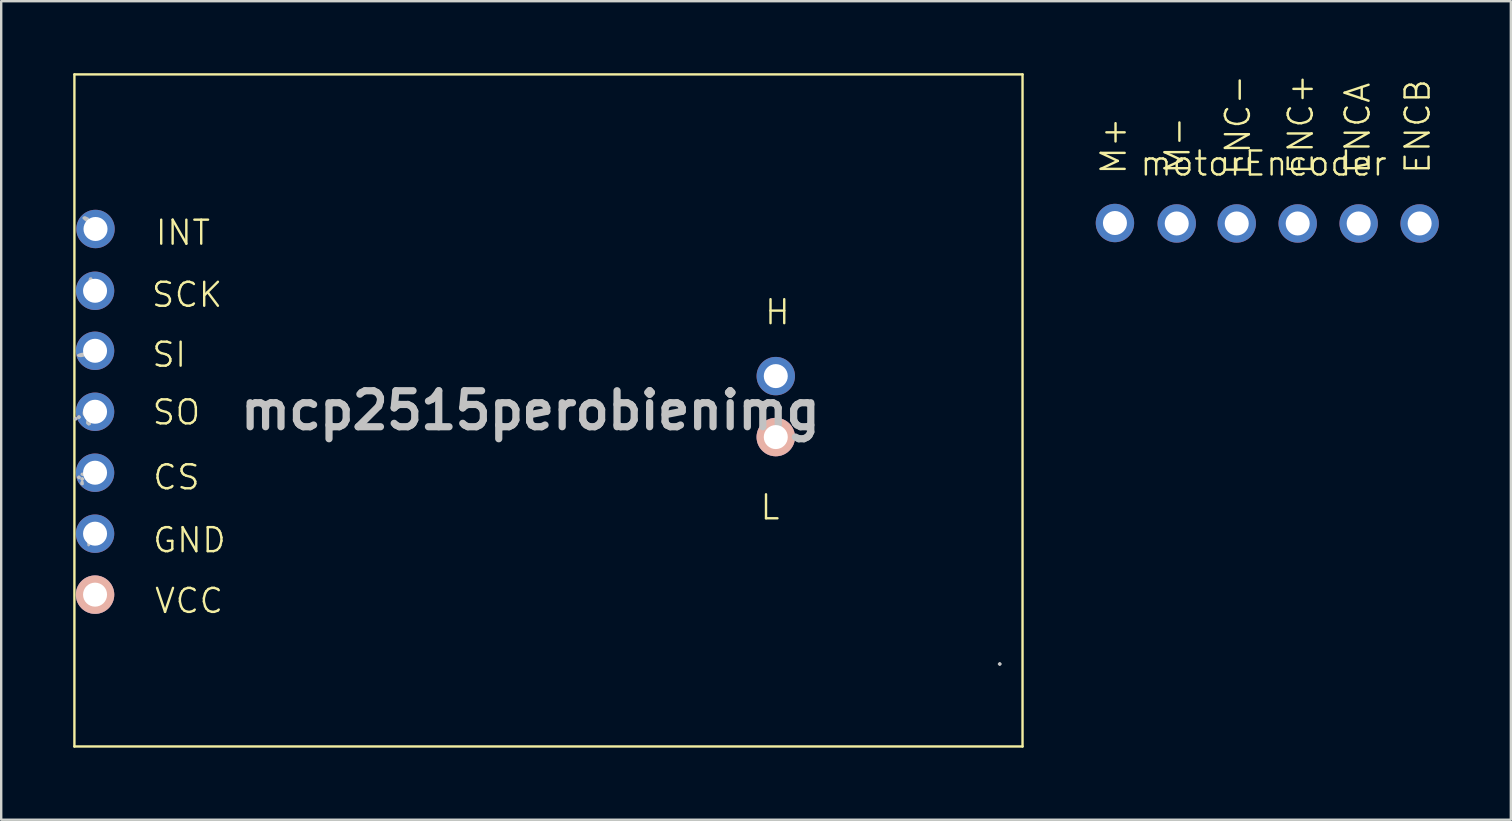
<source format=kicad_pcb>
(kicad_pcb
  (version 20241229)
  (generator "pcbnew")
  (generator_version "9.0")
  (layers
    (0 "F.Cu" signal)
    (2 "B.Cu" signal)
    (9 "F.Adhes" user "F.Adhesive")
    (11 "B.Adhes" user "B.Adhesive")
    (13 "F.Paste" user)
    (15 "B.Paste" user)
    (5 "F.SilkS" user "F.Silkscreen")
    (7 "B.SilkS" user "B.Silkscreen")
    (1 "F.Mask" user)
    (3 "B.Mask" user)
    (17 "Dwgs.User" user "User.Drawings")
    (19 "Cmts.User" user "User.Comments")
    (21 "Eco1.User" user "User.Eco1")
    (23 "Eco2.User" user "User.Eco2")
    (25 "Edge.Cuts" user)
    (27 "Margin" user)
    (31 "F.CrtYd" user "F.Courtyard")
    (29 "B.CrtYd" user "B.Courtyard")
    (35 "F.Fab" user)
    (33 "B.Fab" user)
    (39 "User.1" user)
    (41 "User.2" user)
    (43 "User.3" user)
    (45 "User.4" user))
  (footprint "mcp2515perobienimg"
    (layer "F.Cu")
    (at 19.05 14.05)
    (property "Reference" "mcp2515perobienimg" (at 0 0 0) (layer "Dwgs.User") (effects (font (size 1.5 1.5) (thickness 0.3))))
    (attr board_only exclude_from_pos_files exclude_from_bom)
    (fp_line (start -19 -14) (end 20.5 -14) (stroke (width 0.1) (type default)) (layer "F.SilkS"))
    (fp_line (start -19 14) (end -19 -14) (stroke (width 0.1) (type default)) (layer "F.SilkS"))
    (fp_line (start 20.5 -14) (end 20.5 14) (stroke (width 0.1) (type default)) (layer "F.SilkS"))
    (fp_line (start 20.5 14) (end -19 14) (stroke (width 0.1) (type default)) (layer "F.SilkS"))
    (fp_poly (pts (xy -18.912 0.344) (xy -18.946 0.378) (xy -18.98 0.344) (xy -18.946 0.31)) (stroke (width 0.1) (type solid)) (fill no) (layer "Dwgs.User"))
    (fp_poly (pts (xy -18.777 0.276) (xy -18.811 0.31) (xy -18.845 0.276) (xy -18.811 0.242)) (stroke (width 0.1) (type solid)) (fill no) (layer "Dwgs.User"))
    (fp_poly (pts (xy -18.777 2.789) (xy -18.811 2.823) (xy -18.845 2.789) (xy -18.811 2.755)) (stroke (width 0.1) (type solid)) (fill no) (layer "Dwgs.User"))
    (fp_poly (pts (xy -18.641 2.857) (xy -18.675 2.891) (xy -18.709 2.857) (xy -18.675 2.823)) (stroke (width 0.1) (type solid)) (fill no) (layer "Dwgs.User"))
    (fp_poly (pts (xy -18.505 -5.021) (xy -18.539 -4.987) (xy -18.573 -5.021) (xy -18.539 -5.055)) (stroke (width 0.1) (type solid)) (fill no) (layer "Dwgs.User"))
    (fp_poly (pts (xy -18.437 -7.602) (xy -18.471 -7.568) (xy -18.505 -7.602) (xy -18.471 -7.636)) (stroke (width 0.1) (type solid)) (fill no) (layer "Dwgs.User"))
    (fp_poly (pts (xy -18.301 -7.466) (xy -18.335 -7.432) (xy -18.369 -7.466) (xy -18.335 -7.5)) (stroke (width 0.1) (type solid)) (fill no) (layer "Dwgs.User"))
    (fp_poly (pts (xy -18.301 -4.885) (xy -18.335 -4.851) (xy -18.369 -4.885) (xy -18.335 -4.919)) (stroke (width 0.1) (type solid)) (fill no) (layer "Dwgs.User"))
    (fp_poly (pts (xy 19.584 10.563) (xy 19.551 10.596) (xy 19.518 10.563) (xy 19.551 10.53)) (stroke (width 0.1) (type solid)) (fill no) (layer "Dwgs.User"))
    (fp_poly (pts (xy -18.663 2.982) (xy -18.655 3.062) (xy -18.663 3.072) (xy -18.704 3.063) (xy -18.709 3.027) (xy -18.684 2.971)) (stroke (width 0.1) (type solid)) (fill no) (layer "Dwgs.User"))
    (fp_poly (pts (xy -18.595 2.642) (xy -18.605 2.682) (xy -18.641 2.687) (xy -18.697 2.662) (xy -18.686 2.642) (xy -18.605 2.634)) (stroke (width 0.1) (type solid)) (fill no) (layer "Dwgs.User"))
    (fp_poly (pts (xy -18.324 -2.491) (xy -18.315 -2.352) (xy -18.324 -2.321) (xy -18.349 -2.313) (xy -18.358 -2.406) (xy -18.348 -2.503)) (stroke (width 0.1) (type solid)) (fill no) (layer "Dwgs.User"))
    (fp_poly (pts (xy -18.324 -5.168) (xy -18.316 -5.088) (xy -18.324 -5.078) (xy -18.364 -5.087) (xy -18.369 -5.123) (xy -18.344 -5.179)) (stroke (width 0.1) (type solid)) (fill no) (layer "Dwgs.User"))
    (fp_poly (pts (xy -18.324 -0.007) (xy -18.316 0.074) (xy -18.324 0.084) (xy -18.364 0.075) (xy -18.369 0.039) (xy -18.344 -0.017)) (stroke (width 0.1) (type solid)) (fill no) (layer "Dwgs.User"))
    (fp_poly (pts (xy -18.512 0.022) (xy -18.513 0.124) (xy -18.558 0.199) (xy -18.601 0.172) (xy -18.612 0.102) (xy -18.588 -0.006) (xy -18.558 -0.029)) (stroke (width 0.1) (type solid)) (fill no) (layer "Dwgs.User"))
    (fp_poly (pts (xy -18.37 -2.773) (xy -18.361 -2.764) (xy -18.307 -2.675) (xy -18.314 -2.642) (xy -18.365 -2.663) (xy -18.399 -2.726) (xy -18.419 -2.805)) (stroke (width 0.1) (type solid)) (fill no) (layer "Dwgs.User"))
    (fp_poly (pts (xy -18.267 -5.41) (xy -18.277 -5.358) (xy -18.331 -5.266) (xy -18.363 -5.305) (xy -18.369 -5.399) (xy -18.344 -5.493) (xy -18.304 -5.498)) (stroke (width 0.1) (type solid)) (fill no) (layer "Dwgs.User"))
    (fp_poly (pts (xy -18.545 -2.329) (xy -18.62 -2.288) (xy -18.738 -2.269) (xy -18.83 -2.279) (xy -18.845 -2.296) (xy -18.787 -2.327) (xy -18.677 -2.355) (xy -18.565 -2.359)) (stroke (width 0.1) (type solid)) (fill no) (layer "Dwgs.User"))
    (fp_poly (pts (xy -18.39 5.353) (xy -18.38 5.525) (xy -18.39 5.591) (xy -18.41 5.612) (xy -18.421 5.518) (xy -18.421 5.472) (xy -18.414 5.348) (xy -18.397 5.334)) (stroke (width 0.1) (type solid)) (fill no) (layer "Dwgs.User"))
    (fp_poly (pts (xy -18.389 2.671) (xy -18.378 2.848) (xy -18.39 2.943) (xy -18.409 2.959) (xy -18.419 2.861) (xy -18.42 2.789) (xy -18.413 2.658) (xy -18.398 2.638)) (stroke (width 0.1) (type solid)) (fill no) (layer "Dwgs.User"))
    (fp_poly (pts (xy -18.374 0.366) (xy -18.349 0.446) (xy -18.354 0.559) (xy -18.403 0.582) (xy -18.464 0.53) (xy -18.457 0.446) (xy -18.421 0.337) (xy -18.403 0.31)) (stroke (width 0.1) (type solid)) (fill no) (layer "Dwgs.User"))
    (fp_poly (pts (xy -18.443 -7.988) (xy -18.412 -7.941) (xy -18.386 -7.859) (xy -18.418 -7.859) (xy -18.533 -7.942) (xy -18.535 -7.943) (xy -18.617 -8.017) (xy -18.588 -8.042) (xy -18.559 -8.043)) (stroke (width 0.1) (type solid)) (fill no) (layer "Dwgs.User"))
    (fp_text user "L" (at 9.509 4.62 0) (unlocked yes) (layer "F.SilkS") (effects (font (size 1 1) (thickness 0.1)) (justify left bottom)))
    (fp_text user "H" (at 9.697 -3.509 0) (unlocked yes) (layer "F.SilkS") (effects (font (size 1 1) (thickness 0.1)) (justify left bottom)))
    (fp_text user "INT" (at -15.688 -6.821 0) (unlocked yes) (layer "F.SilkS") (effects (font (size 1 1) (thickness 0.1)) (justify left bottom)))
    (fp_text user "SI" (at -15.831 -1.739 0) (unlocked yes) (layer "F.SilkS") (effects (font (size 1 1) (thickness 0.1)) (justify left bottom)))
    (fp_text user "CS" (at -15.792 3.369 0) (unlocked yes) (layer "F.SilkS") (effects (font (size 1 1) (thickness 0.1)) (justify left bottom)))
    (fp_text user "VCC" (at -15.719 8.519 0) (unlocked yes) (layer "F.SilkS") (effects (font (size 1 1) (thickness 0.1)) (justify left bottom)))
    (fp_text user "SCK" (at -15.849 -4.234 0) (unlocked yes) (layer "F.SilkS") (effects (font (size 1 1) (thickness 0.1)) (justify left bottom)))
    (fp_text user "GND" (at -15.797 5.989 0) (unlocked yes) (layer "F.SilkS") (effects (font (size 1 1) (thickness 0.1)) (justify left bottom)))
    (fp_text user "SO" (at -15.816 0.665 0) (unlocked yes) (layer "F.SilkS") (effects (font (size 1 1) (thickness 0.1)) (justify left bottom)))
    (pad "1" thru_hole oval (at -18.121 -7.56) (size 1.6 1.6) (drill 1) (layers "*.Cu" "*.Mask"))
    (pad "2" thru_hole oval (at -18.14 -4.986) (size 1.6 1.6) (drill 1) (layers "*.Cu" "*.Mask"))
    (pad "3" thru_hole oval (at -18.14 -2.486) (size 1.6 1.6) (drill 1) (layers "*.Cu" "*.Mask"))
    (pad "4" thru_hole oval (at -18.14 0.054) (size 1.6 1.6) (drill 1) (layers "*.Cu" "*.Mask"))
    (pad "5" thru_hole oval (at -18.14 2.594) (size 1.6 1.6) (drill 1) (layers "*.Cu" "*.Mask"))
    (pad "6" thru_hole oval (at -18.14 5.134) (size 1.6 1.6) (drill 1) (layers "*.Cu" "*.Mask"))
    (pad "7" thru_hole oval (at -18.14 7.674) (size 1.6 1.6) (drill 1) (layers "*.Cu" "*.Mask" "B.SilkS"))
    (pad "8" thru_hole oval (at 10.22 -1.431) (size 1.6 1.6) (drill 1) (layers "*.Cu" "*.Mask"))
    (pad "9" thru_hole oval (at 10.22 1.109) (size 1.6 1.6) (drill 1) (layers "*.Cu" "*.Mask" "B.SilkS")))
  (footprint "motorEncoder"
    (layer "F.Cu")
    (at 49.594 4.26)
    (property "Reference" "motorEncoder" (at 0 -0.5 0) (unlocked yes) (layer "F.SilkS") (effects (font (size 1 1) (thickness 0.1))))
    (attr board_only exclude_from_pos_files exclude_from_bom)
    (fp_text user "ENC-" (at -0.487 0.061 90) (unlocked yes) (layer "F.SilkS") (effects (font (size 1 1) (thickness 0.1)) (justify left bottom)))
    (fp_text user "M-" (at -3 0 90) (unlocked yes) (layer "F.SilkS") (effects (font (size 1 1) (thickness 0.1)) (justify left bottom)))
    (fp_text user "ENC+" (at 2.131 0.03 90) (unlocked yes) (layer "F.SilkS") (effects (font (size 1 1) (thickness 0.1)) (justify left bottom)))
    (fp_text user "ENCA" (at 4.5 0 90) (unlocked yes) (layer "F.SilkS") (effects (font (size 1 1) (thickness 0.1)) (justify left bottom)))
    (fp_text user "M+" (at -5.661 0.03 90) (unlocked yes) (layer "F.SilkS") (effects (font (size 1 1) (thickness 0.1)) (justify left bottom)))
    (fp_text user "ENCB" (at 7 0 90) (unlocked yes) (layer "F.SilkS") (effects (font (size 1 1) (thickness 0.1)) (justify left bottom)))
    (pad "1" thru_hole oval (at -6.194 1.981 90) (size 1.6 1.6) (drill 1) (layers "*.Cu" "*.Mask"))
    (pad "2" thru_hole oval (at -3.62 2 90) (size 1.6 1.6) (drill 1) (layers "*.Cu" "*.Mask"))
    (pad "3" thru_hole oval (at -1.12 2 90) (size 1.6 1.6) (drill 1) (layers "*.Cu" "*.Mask"))
    (pad "4" thru_hole oval (at 1.42 2 90) (size 1.6 1.6) (drill 1) (layers "*.Cu" "*.Mask"))
    (pad "5" thru_hole oval (at 3.96 2 90) (size 1.6 1.6) (drill 1) (layers "*.Cu" "*.Mask"))
    (pad "6" thru_hole oval (at 6.5 2 90) (size 1.6 1.6) (drill 1) (layers "*.Cu" "*.Mask")))
  (gr_rect
    (start -3 -3)
    (end 59.894 31.1)
    (stroke (width 0.1) (type default))
    (fill no)
    (layer "Edge.Cuts")))
</source>
